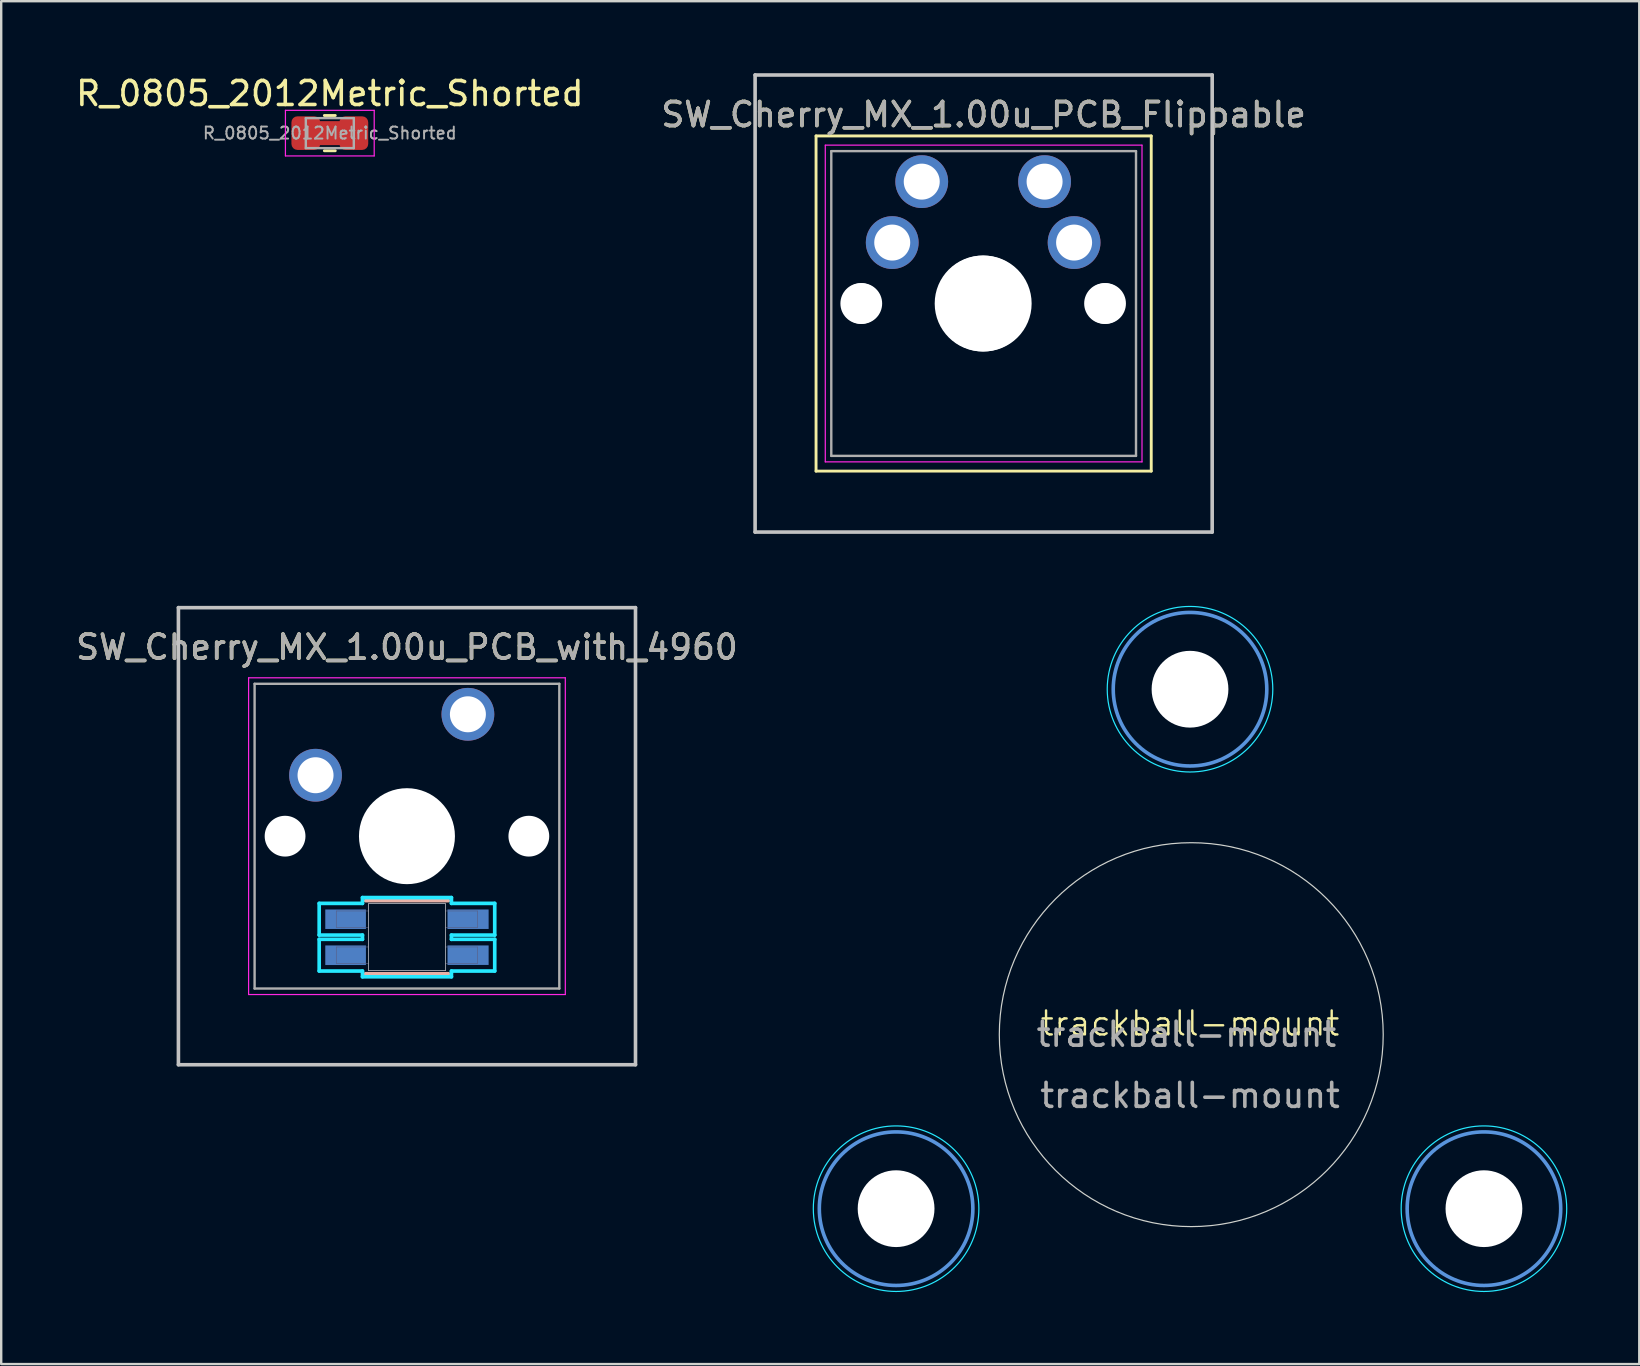
<source format=kicad_pcb>
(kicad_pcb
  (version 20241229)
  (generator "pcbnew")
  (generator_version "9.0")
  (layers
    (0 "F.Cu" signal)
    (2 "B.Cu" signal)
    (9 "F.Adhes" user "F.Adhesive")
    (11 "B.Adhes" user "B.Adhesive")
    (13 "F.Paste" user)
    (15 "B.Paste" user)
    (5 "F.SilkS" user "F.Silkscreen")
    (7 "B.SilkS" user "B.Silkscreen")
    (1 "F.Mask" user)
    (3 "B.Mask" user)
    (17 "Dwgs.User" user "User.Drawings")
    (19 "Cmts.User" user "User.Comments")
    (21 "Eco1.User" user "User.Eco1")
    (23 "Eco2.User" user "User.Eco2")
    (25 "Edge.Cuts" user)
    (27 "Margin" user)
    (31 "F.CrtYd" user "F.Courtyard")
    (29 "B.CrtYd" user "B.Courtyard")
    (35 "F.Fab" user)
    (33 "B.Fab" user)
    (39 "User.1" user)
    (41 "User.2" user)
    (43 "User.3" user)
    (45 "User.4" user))
  (footprint "R_0805_2012Metric_Shorted"
    (layer "F.Cu")
    (at 10.696 2.498)
    (property "Reference" "R_0805_2012Metric_Shorted" (at 0 -1.65 0) (layer "F.SilkS") (effects (font (size 1 1) (thickness 0.15))))
    (attr smd)
    (fp_line (start -0.4 0) (end 0.4 0) (stroke (width 1) (type default)) (layer "F.Cu"))
    (fp_line (start -0.227 -0.735) (end 0.227 -0.735) (stroke (width 0.12) (type solid)) (layer "F.SilkS"))
    (fp_line (start -0.227 0.735) (end 0.227 0.735) (stroke (width 0.12) (type solid)) (layer "F.SilkS"))
    (fp_line (start -1.85 -0.95) (end 1.85 -0.95) (stroke (width 0.05) (type solid)) (layer "F.CrtYd"))
    (fp_line (start -1.85 0.95) (end -1.85 -0.95) (stroke (width 0.05) (type solid)) (layer "F.CrtYd"))
    (fp_line (start 1.85 -0.95) (end 1.85 0.95) (stroke (width 0.05) (type solid)) (layer "F.CrtYd"))
    (fp_line (start 1.85 0.95) (end -1.85 0.95) (stroke (width 0.05) (type solid)) (layer "F.CrtYd"))
    (fp_line (start -1 -0.625) (end 1 -0.625) (stroke (width 0.1) (type solid)) (layer "F.Fab"))
    (fp_line (start -1 0.625) (end -1 -0.625) (stroke (width 0.1) (type solid)) (layer "F.Fab"))
    (fp_line (start 1 -0.625) (end 1 0.625) (stroke (width 0.1) (type solid)) (layer "F.Fab"))
    (fp_line (start 1 0.625) (end -1 0.625) (stroke (width 0.1) (type solid)) (layer "F.Fab"))
    (fp_text user "${REFERENCE}" (at 0 0 0) (layer "F.Fab") (effects (font (size 0.5 0.5) (thickness 0.08))))
    (pad "1" smd roundrect (at -1 0) (size 1.2 1.4) (layers "F.Cu" "F.Mask" "F.Paste") (roundrect_rratio 0.208))
    (pad "2" smd roundrect (at 1 0) (size 1.2 1.4) (layers "F.Cu" "F.Mask" "F.Paste") (roundrect_rratio 0.208)))
  (footprint "SW_Cherry_MX_1.00u_PCB_Flippable"
    (layer "F.Cu")
    (at 40.486 4.52)
    (property "Reference" "SW_Cherry_MX_1.00u_PCB_Flippable" (at -2.54 -2.794 0) (layer "F.SilkS") (effects (font (size 1 1) (thickness 0.15))))
    (attr through_hole)
    (fp_line (start -9.525 -1.905) (end 4.445 -1.905) (stroke (width 0.12) (type solid)) (layer "F.SilkS"))
    (fp_line (start -9.525 12.065) (end -9.525 -1.905) (stroke (width 0.12) (type solid)) (layer "F.SilkS"))
    (fp_line (start 4.445 -1.905) (end 4.445 12.065) (stroke (width 0.12) (type solid)) (layer "F.SilkS"))
    (fp_line (start 4.445 12.065) (end -9.525 12.065) (stroke (width 0.12) (type solid)) (layer "F.SilkS"))
    (fp_line (start -12.065 -4.445) (end 6.985 -4.445) (stroke (width 0.15) (type solid)) (layer "Dwgs.User"))
    (fp_line (start -12.065 14.605) (end -12.065 -4.445) (stroke (width 0.15) (type solid)) (layer "Dwgs.User"))
    (fp_line (start 6.985 -4.445) (end 6.985 14.605) (stroke (width 0.15) (type solid)) (layer "Dwgs.User"))
    (fp_line (start 6.985 14.605) (end -12.065 14.605) (stroke (width 0.15) (type solid)) (layer "Dwgs.User"))
    (fp_line (start -9.14 -1.52) (end 4.06 -1.52) (stroke (width 0.05) (type solid)) (layer "F.CrtYd"))
    (fp_line (start -9.14 11.68) (end -9.14 -1.52) (stroke (width 0.05) (type solid)) (layer "F.CrtYd"))
    (fp_line (start 4.06 -1.52) (end 4.06 11.68) (stroke (width 0.05) (type solid)) (layer "F.CrtYd"))
    (fp_line (start 4.06 11.68) (end -9.14 11.68) (stroke (width 0.05) (type solid)) (layer "F.CrtYd"))
    (fp_line (start -8.89 -1.27) (end 3.81 -1.27) (stroke (width 0.1) (type solid)) (layer "F.Fab"))
    (fp_line (start -8.89 11.43) (end -8.89 -1.27) (stroke (width 0.1) (type solid)) (layer "F.Fab"))
    (fp_line (start 3.81 -1.27) (end 3.81 11.43) (stroke (width 0.1) (type solid)) (layer "F.Fab"))
    (fp_line (start 3.81 11.43) (end -8.89 11.43) (stroke (width 0.1) (type solid)) (layer "F.Fab"))
    (fp_text user "${REFERENCE}" (at -2.54 -2.794 0) (layer "F.Fab") (effects (font (size 1 1) (thickness 0.15))))
    (pad "" np_thru_hole circle (at -7.66 5.08) (size 1.7 1.7) (drill 1.7) (layers "*.Cu" "*.Mask"))
    (pad "" np_thru_hole circle (at -7.62 5.08) (size 1.7 1.7) (drill 1.7) (layers "*.Cu" "*.Mask"))
    (pad "" np_thru_hole circle (at -2.58 5.08) (size 4 4) (drill 4) (layers "*.Cu" "*.Mask"))
    (pad "" np_thru_hole circle (at -2.54 5.08) (size 4 4) (drill 4) (layers "*.Cu" "*.Mask"))
    (pad "" np_thru_hole circle (at 2.5 5.08) (size 1.7 1.7) (drill 1.7) (layers "*.Cu" "*.Mask"))
    (pad "" np_thru_hole circle (at 2.54 5.08) (size 1.7 1.7) (drill 1.7) (layers "*.Cu" "*.Mask"))
    (pad "1" thru_hole circle (at -5.12 0) (size 2.2 2.2) (drill 1.5) (layers "*.Cu" "*.Mask"))
    (pad "1" thru_hole circle (at 0 0) (size 2.2 2.2) (drill 1.5) (layers "*.Cu" "*.Mask"))
    (pad "2" thru_hole circle (at -6.35 2.54) (size 2.2 2.2) (drill 1.5) (layers "*.Cu" "*.Mask"))
    (pad "2" thru_hole circle (at 1.23 2.54) (size 2.2 2.2) (drill 1.5) (layers "*.Cu" "*.Mask")))
  (footprint "SW_Cherry_MX_1.00u_PCB_with_4960"
    (layer "F.Cu")
    (at 16.451 26.72)
    (property "Reference" "SW_Cherry_MX_1.00u_PCB_with_4960" (at -2.54 -2.794 0) (layer "F.SilkS") (effects (font (size 1 1) (thickness 0.15))))
    (attr through_hole)
    (fp_line (start -4.267 10.814) (end -0.813 10.814) (stroke (width 0.152) (type solid)) (layer "B.SilkS"))
    (fp_line (start -0.813 7.766) (end -4.267 7.766) (stroke (width 0.152) (type solid)) (layer "B.SilkS"))
    (fp_line (start -12.065 -4.445) (end 6.985 -4.445) (stroke (width 0.15) (type solid)) (layer "Dwgs.User"))
    (fp_line (start -12.065 14.605) (end -12.065 -4.445) (stroke (width 0.15) (type solid)) (layer "Dwgs.User"))
    (fp_line (start 6.985 -4.445) (end 6.985 14.605) (stroke (width 0.15) (type solid)) (layer "Dwgs.User"))
    (fp_line (start 6.985 14.605) (end -12.065 14.605) (stroke (width 0.15) (type solid)) (layer "Dwgs.User"))
    (fp_line (start -4.14 10.687) (end -4.14 7.893) (stroke (width 0.025) (type solid)) (layer "Edge.Cuts"))
    (fp_line (start -0.94 7.893) (end -4.14 7.893) (stroke (width 0.025) (type solid)) (layer "Edge.Cuts"))
    (fp_line (start -0.94 7.893) (end -0.94 10.687) (stroke (width 0.025) (type solid)) (layer "Edge.Cuts"))
    (fp_line (start -0.94 10.687) (end -4.14 10.687) (stroke (width 0.025) (type solid)) (layer "Edge.Cuts"))
    (fp_line (start -6.198 7.881) (end -4.394 7.881) (stroke (width 0.152) (type solid)) (layer "B.CrtYd"))
    (fp_line (start -6.198 9.201) (end -6.198 7.881) (stroke (width 0.152) (type solid)) (layer "B.CrtYd"))
    (fp_line (start -6.198 9.379) (end -4.394 9.379) (stroke (width 0.152) (type solid)) (layer "B.CrtYd"))
    (fp_line (start -6.198 10.7) (end -6.198 9.379) (stroke (width 0.152) (type solid)) (layer "B.CrtYd"))
    (fp_line (start -4.394 7.639) (end -0.686 7.639) (stroke (width 0.152) (type solid)) (layer "B.CrtYd"))
    (fp_line (start -4.394 7.881) (end -4.394 7.639) (stroke (width 0.152) (type solid)) (layer "B.CrtYd"))
    (fp_line (start -4.394 9.201) (end -6.198 9.201) (stroke (width 0.152) (type solid)) (layer "B.CrtYd"))
    (fp_line (start -4.394 9.379) (end -4.394 9.201) (stroke (width 0.152) (type solid)) (layer "B.CrtYd"))
    (fp_line (start -4.394 10.7) (end -6.198 10.7) (stroke (width 0.152) (type solid)) (layer "B.CrtYd"))
    (fp_line (start -4.394 10.941) (end -4.394 10.7) (stroke (width 0.152) (type solid)) (layer "B.CrtYd"))
    (fp_line (start -0.686 7.639) (end -0.686 7.881) (stroke (width 0.152) (type solid)) (layer "B.CrtYd"))
    (fp_line (start -0.686 7.881) (end 1.118 7.881) (stroke (width 0.152) (type solid)) (layer "B.CrtYd"))
    (fp_line (start -0.686 9.201) (end -0.686 9.379) (stroke (width 0.152) (type solid)) (layer "B.CrtYd"))
    (fp_line (start -0.686 9.379) (end 1.118 9.379) (stroke (width 0.152) (type solid)) (layer "B.CrtYd"))
    (fp_line (start -0.686 10.7) (end -0.686 10.941) (stroke (width 0.152) (type solid)) (layer "B.CrtYd"))
    (fp_line (start -0.686 10.941) (end -4.394 10.941) (stroke (width 0.152) (type solid)) (layer "B.CrtYd"))
    (fp_line (start 1.118 7.881) (end 1.118 9.201) (stroke (width 0.152) (type solid)) (layer "B.CrtYd"))
    (fp_line (start 1.118 9.201) (end -0.686 9.201) (stroke (width 0.152) (type solid)) (layer "B.CrtYd"))
    (fp_line (start 1.118 9.379) (end 1.118 10.7) (stroke (width 0.152) (type solid)) (layer "B.CrtYd"))
    (fp_line (start 1.118 10.7) (end -0.686 10.7) (stroke (width 0.152) (type solid)) (layer "B.CrtYd"))
    (fp_line (start -9.14 -1.52) (end 4.06 -1.52) (stroke (width 0.05) (type solid)) (layer "F.CrtYd"))
    (fp_line (start -9.14 11.68) (end -9.14 -1.52) (stroke (width 0.05) (type solid)) (layer "F.CrtYd"))
    (fp_line (start 4.06 -1.52) (end 4.06 11.68) (stroke (width 0.05) (type solid)) (layer "F.CrtYd"))
    (fp_line (start 4.06 11.68) (end -9.14 11.68) (stroke (width 0.05) (type solid)) (layer "F.CrtYd"))
    (fp_line (start -5.486 8.198) (end -4.14 8.198) (stroke (width 0.025) (type solid)) (layer "B.Fab"))
    (fp_line (start -5.486 8.884) (end -5.486 8.198) (stroke (width 0.025) (type solid)) (layer "B.Fab"))
    (fp_line (start -5.486 9.697) (end -4.14 9.697) (stroke (width 0.025) (type solid)) (layer "B.Fab"))
    (fp_line (start -5.486 10.383) (end -5.486 9.697) (stroke (width 0.025) (type solid)) (layer "B.Fab"))
    (fp_line (start -4.14 7.893) (end -0.94 7.893) (stroke (width 0.025) (type solid)) (layer "B.Fab"))
    (fp_line (start -4.14 8.884) (end -5.486 8.884) (stroke (width 0.025) (type solid)) (layer "B.Fab"))
    (fp_line (start -4.14 10.383) (end -5.486 10.383) (stroke (width 0.025) (type solid)) (layer "B.Fab"))
    (fp_line (start -4.14 10.687) (end -4.14 7.893) (stroke (width 0.025) (type solid)) (layer "B.Fab"))
    (fp_line (start -0.94 7.893) (end -0.94 10.687) (stroke (width 0.025) (type solid)) (layer "B.Fab"))
    (fp_line (start -0.94 8.198) (end 0.406 8.198) (stroke (width 0.025) (type solid)) (layer "B.Fab"))
    (fp_line (start -0.94 9.697) (end 0.406 9.697) (stroke (width 0.025) (type solid)) (layer "B.Fab"))
    (fp_line (start -0.94 10.687) (end -4.14 10.687) (stroke (width 0.025) (type solid)) (layer "B.Fab"))
    (fp_line (start 0.406 8.198) (end 0.406 8.884) (stroke (width 0.025) (type solid)) (layer "B.Fab"))
    (fp_line (start 0.406 8.884) (end -0.94 8.884) (stroke (width 0.025) (type solid)) (layer "B.Fab"))
    (fp_line (start 0.406 9.697) (end 0.406 10.383) (stroke (width 0.025) (type solid)) (layer "B.Fab"))
    (fp_line (start 0.406 10.383) (end -0.94 10.383) (stroke (width 0.025) (type solid)) (layer "B.Fab"))
    (fp_line (start -8.89 -1.27) (end 3.81 -1.27) (stroke (width 0.1) (type solid)) (layer "F.Fab"))
    (fp_line (start -8.89 11.43) (end -8.89 -1.27) (stroke (width 0.1) (type solid)) (layer "F.Fab"))
    (fp_line (start 3.81 -1.27) (end 3.81 11.43) (stroke (width 0.1) (type solid)) (layer "F.Fab"))
    (fp_line (start 3.81 11.43) (end -8.89 11.43) (stroke (width 0.1) (type solid)) (layer "F.Fab"))
    (fp_text user "${REFERENCE}" (at -2.54 -2.794 0) (layer "F.Fab") (effects (font (size 1 1) (thickness 0.15))))
    (pad "" np_thru_hole circle (at -7.62 5.08) (size 1.7 1.7) (drill 1.7) (layers "*.Cu" "*.Mask"))
    (pad "" np_thru_hole circle (at -2.54 5.08) (size 4 4) (drill 4) (layers "*.Cu" "*.Mask"))
    (pad "" np_thru_hole circle (at 2.54 5.08) (size 1.7 1.7) (drill 1.7) (layers "*.Cu" "*.Mask"))
    (pad "1" thru_hole circle (at 0 0) (size 2.2 2.2) (drill 1.5) (layers "*.Cu" "*.Mask"))
    (pad "2" thru_hole circle (at -6.35 2.54) (size 2.2 2.2) (drill 1.5) (layers "*.Cu" "*.Mask"))
    (pad "3" smd rect (at 0.007 8.541) (size 1.714 0.813) (layers "B.Cu" "B.Mask" "B.Paste"))
    (pad "4" smd rect (at 0.007 10.04) (size 1.714 0.813) (layers "B.Cu" "B.Mask" "B.Paste"))
    (pad "5" smd rect (at -5.097 10.042) (size 1.694 0.817) (layers "B.Cu" "B.Mask" "B.Paste"))
    (pad "6" smd rect (at -5.097 8.541) (size 1.694 0.813) (layers "B.Cu" "B.Mask" "B.Paste")))
  (footprint "trackball-mount"
    (layer "F.Cu")
    (at 46.599 40.072)
    (property "Reference" "trackball-mount" (at -0.052 -0.467 0) (unlocked yes) (layer "F.SilkS") (effects (font (size 1 1) (thickness 0.1))))
    (attr through_hole)
    (fp_circle (center -12.302 7.253) (end -9.102 7.253) (stroke (width 0.15) (type solid)) (fill no) (layer "Cmts.User"))
    (fp_circle (center -0.052 -14.397) (end 3.148 -14.397) (stroke (width 0.15) (type solid)) (fill no) (layer "Cmts.User"))
    (fp_circle (center 12.198 7.253) (end 15.398 7.253) (stroke (width 0.15) (type solid)) (fill no) (layer "Cmts.User"))
    (fp_circle (center 0 0) (end 8 0) (stroke (width 0.05) (type default)) (fill no) (layer "Edge.Cuts"))
    (fp_circle (center -12.302 7.253) (end -8.852 7.253) (stroke (width 0.05) (type solid)) (fill no) (layer "B.CrtYd"))
    (fp_circle (center -0.052 -14.397) (end 3.398 -14.397) (stroke (width 0.05) (type solid)) (fill no) (layer "B.CrtYd"))
    (fp_circle (center 12.198 7.253) (end 15.648 7.253) (stroke (width 0.05) (type solid)) (fill no) (layer "B.CrtYd"))
    (fp_text user "${REFERENCE}" (at -0.202 -0.017 0) (layer "F.Fab") (effects (font (size 1 1) (thickness 0.15))))
    (fp_text user "${REFERENCE}" (at -0.052 2.533 0) (unlocked yes) (layer "F.Fab") (effects (font (size 1 1) (thickness 0.15))))
    (pad "" np_thru_hole circle (at -12.302 7.253 180) (size 3.2 3.2) (drill 3.2) (layers "*.Cu" "*.Mask"))
    (pad "" np_thru_hole circle (at -0.052 -14.397 180) (size 3.2 3.2) (drill 3.2) (layers "*.Cu" "*.Mask"))
    (pad "" np_thru_hole circle (at 12.198 7.253 180) (size 3.2 3.2) (drill 3.2) (layers "*.Cu" "*.Mask")))
  (gr_rect
    (start -3 -3)
    (end 65.271 53.8)
    (stroke (width 0.1) (type default))
    (fill no)
    (layer "Edge.Cuts")))
</source>
